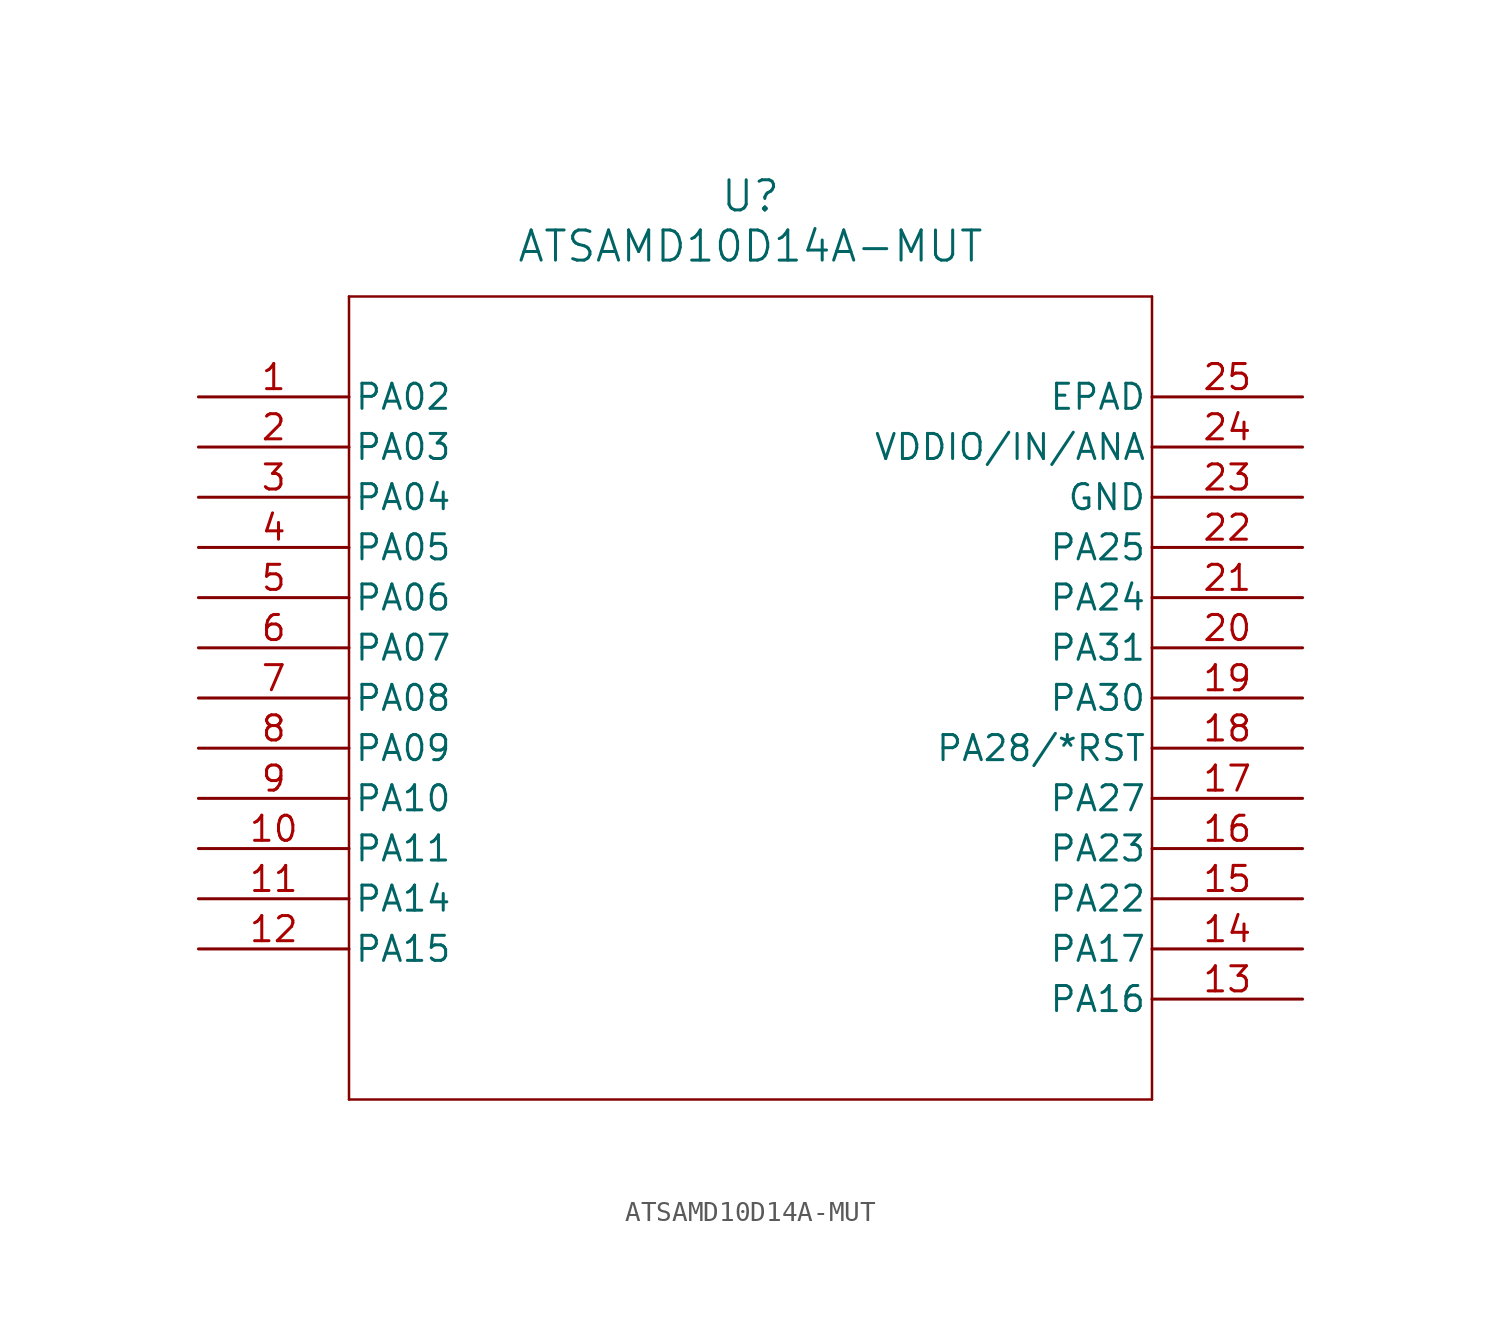
<source format=kicad_sym>
(kicad_symbol_lib
  (version 20211014)
  (generator kicad_symbol_editor)
  (symbol "ATSAMD10D14A-MUT"
    (pin_names
      (offset 0.254))
    (property "Reference" "U"
      (at 27.94 10.16 0)
      (effects (font (size 1.524 1.524))))
    (property "Value" "ATSAMD10D14A-MUT"
      (at 27.94 7.62 0)
      (effects (font (size 1.524 1.524))))
    (symbol "ATSAMD10D14A-MUT_0_1"
      (polyline (pts (xy 7.62 5.08) (xy 7.62 -35.56)) (stroke (width 0.127) (type default) (color 0 0 0 0)) (fill (type none)))
      (polyline (pts (xy 7.62 -35.56) (xy 48.26 -35.56)) (stroke (width 0.127) (type default) (color 0 0 0 0)) (fill (type none)))
      (polyline (pts (xy 48.26 -35.56) (xy 48.26 5.08)) (stroke (width 0.127) (type default) (color 0 0 0 0)) (fill (type none)))
      (polyline (pts (xy 48.26 5.08) (xy 7.62 5.08)) (stroke (width 0.127) (type default) (color 0 0 0 0)) (fill (type none)))
      (pin bidirectional line (at 0 0 0) (length 7.62) (name "PA02" (effects (font (size 1.27 1.27)))) (number "1" (effects (font (size 1.27 1.27)))))
      (pin bidirectional line (at 0 -2.54 0) (length 7.62) (name "PA03" (effects (font (size 1.27 1.27)))) (number "2" (effects (font (size 1.27 1.27)))))
      (pin bidirectional line (at 0 -5.08 0) (length 7.62) (name "PA04" (effects (font (size 1.27 1.27)))) (number "3" (effects (font (size 1.27 1.27)))))
      (pin bidirectional line (at 0 -7.62 0) (length 7.62) (name "PA05" (effects (font (size 1.27 1.27)))) (number "4" (effects (font (size 1.27 1.27)))))
      (pin bidirectional line (at 0 -10.16 0) (length 7.62) (name "PA06" (effects (font (size 1.27 1.27)))) (number "5" (effects (font (size 1.27 1.27)))))
      (pin bidirectional line (at 0 -12.7 0) (length 7.62) (name "PA07" (effects (font (size 1.27 1.27)))) (number "6" (effects (font (size 1.27 1.27)))))
      (pin bidirectional line (at 0 -15.24 0) (length 7.62) (name "PA08" (effects (font (size 1.27 1.27)))) (number "7" (effects (font (size 1.27 1.27)))))
      (pin bidirectional line (at 0 -17.78 0) (length 7.62) (name "PA09" (effects (font (size 1.27 1.27)))) (number "8" (effects (font (size 1.27 1.27)))))
      (pin bidirectional line (at 0 -20.32 0) (length 7.62) (name "PA10" (effects (font (size 1.27 1.27)))) (number "9" (effects (font (size 1.27 1.27)))))
      (pin bidirectional line (at 0 -22.86 0) (length 7.62) (name "PA11" (effects (font (size 1.27 1.27)))) (number "10" (effects (font (size 1.27 1.27)))))
      (pin bidirectional line (at 0 -25.4 0) (length 7.62) (name "PA14" (effects (font (size 1.27 1.27)))) (number "11" (effects (font (size 1.27 1.27)))))
      (pin bidirectional line (at 0 -27.94 0) (length 7.62) (name "PA15" (effects (font (size 1.27 1.27)))) (number "12" (effects (font (size 1.27 1.27)))))
      (pin bidirectional line (at 55.88 -30.48 180) (length 7.62) (name "PA16" (effects (font (size 1.27 1.27)))) (number "13" (effects (font (size 1.27 1.27)))))
      (pin bidirectional line (at 55.88 -27.94 180) (length 7.62) (name "PA17" (effects (font (size 1.27 1.27)))) (number "14" (effects (font (size 1.27 1.27)))))
      (pin bidirectional line (at 55.88 -25.4 180) (length 7.62) (name "PA22" (effects (font (size 1.27 1.27)))) (number "15" (effects (font (size 1.27 1.27)))))
      (pin bidirectional line (at 55.88 -22.86 180) (length 7.62) (name "PA23" (effects (font (size 1.27 1.27)))) (number "16" (effects (font (size 1.27 1.27)))))
      (pin bidirectional line (at 55.88 -20.32 180) (length 7.62) (name "PA27" (effects (font (size 1.27 1.27)))) (number "17" (effects (font (size 1.27 1.27)))))
      (pin bidirectional line (at 55.88 -17.78 180) (length 7.62) (name "PA28/*RST" (effects (font (size 1.27 1.27)))) (number "18" (effects (font (size 1.27 1.27)))))
      (pin bidirectional line (at 55.88 -15.24 180) (length 7.62) (name "PA30" (effects (font (size 1.27 1.27)))) (number "19" (effects (font (size 1.27 1.27)))))
      (pin bidirectional line (at 55.88 -12.7 180) (length 7.62) (name "PA31" (effects (font (size 1.27 1.27)))) (number "20" (effects (font (size 1.27 1.27)))))
      (pin bidirectional line (at 55.88 -10.16 180) (length 7.62) (name "PA24" (effects (font (size 1.27 1.27)))) (number "21" (effects (font (size 1.27 1.27)))))
      (pin bidirectional line (at 55.88 -7.62 180) (length 7.62) (name "PA25" (effects (font (size 1.27 1.27)))) (number "22" (effects (font (size 1.27 1.27)))))
      (pin power_out line (at 55.88 -5.08 180) (length 7.62) (name "GND" (effects (font (size 1.27 1.27)))) (number "23" (effects (font (size 1.27 1.27)))))
      (pin power_in line (at 55.88 -2.54 180) (length 7.62) (name "VDDIO/IN/ANA" (effects (font (size 1.27 1.27)))) (number "24" (effects (font (size 1.27 1.27)))))
      (pin unspecified line (at 55.88 0 180) (length 7.62) (name "EPAD" (effects (font (size 1.27 1.27)))) (number "25" (effects (font (size 1.27 1.27))))))))
</source>
